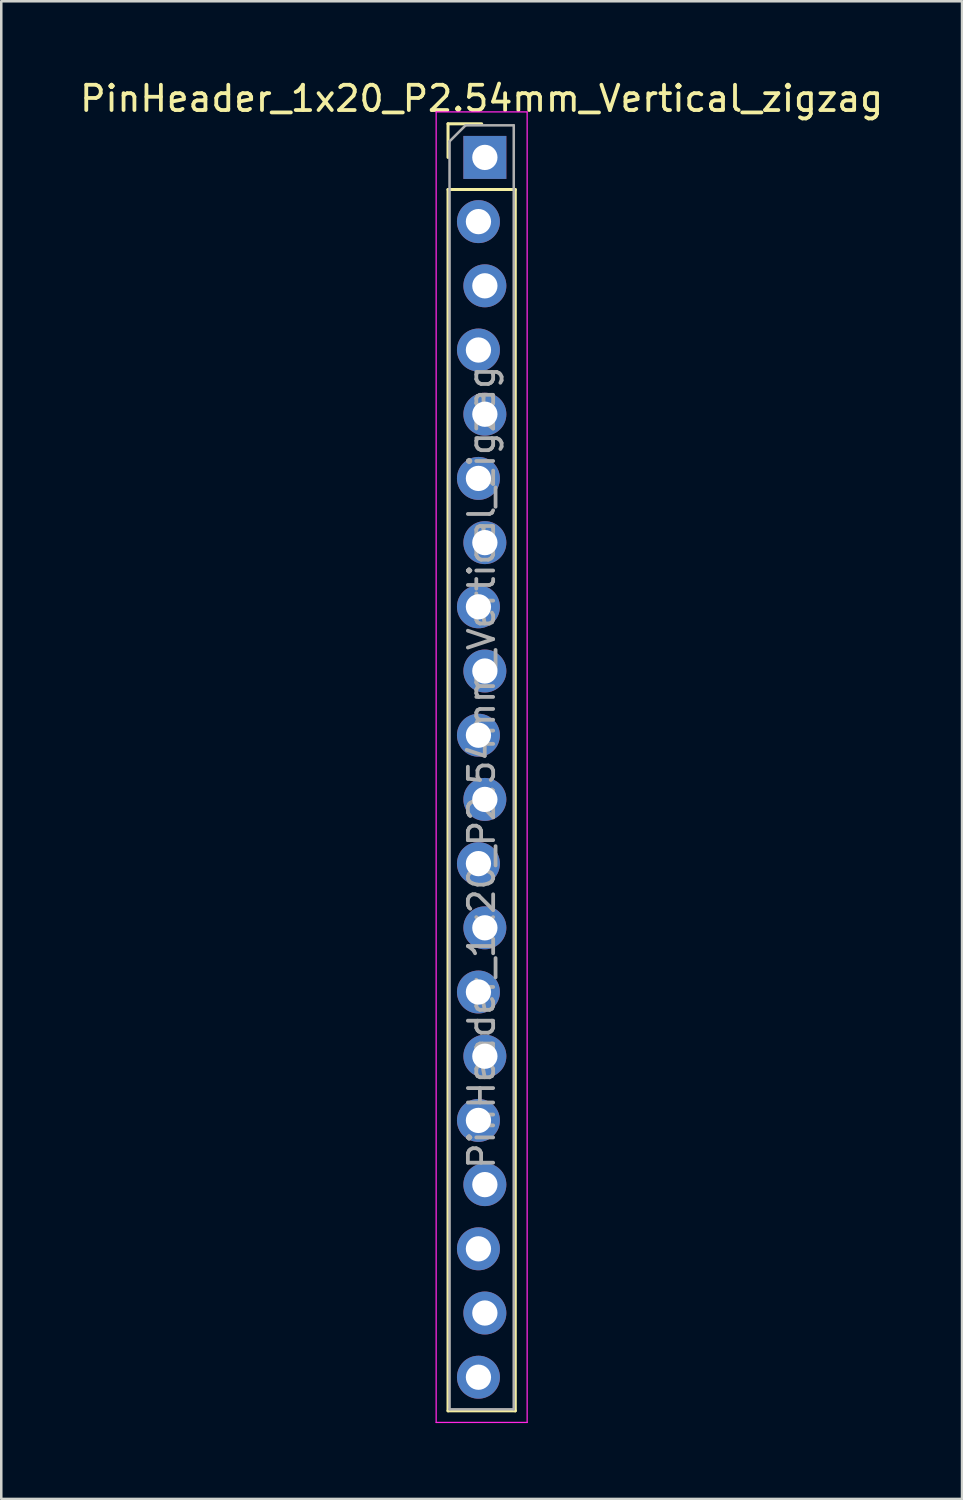
<source format=kicad_pcb>
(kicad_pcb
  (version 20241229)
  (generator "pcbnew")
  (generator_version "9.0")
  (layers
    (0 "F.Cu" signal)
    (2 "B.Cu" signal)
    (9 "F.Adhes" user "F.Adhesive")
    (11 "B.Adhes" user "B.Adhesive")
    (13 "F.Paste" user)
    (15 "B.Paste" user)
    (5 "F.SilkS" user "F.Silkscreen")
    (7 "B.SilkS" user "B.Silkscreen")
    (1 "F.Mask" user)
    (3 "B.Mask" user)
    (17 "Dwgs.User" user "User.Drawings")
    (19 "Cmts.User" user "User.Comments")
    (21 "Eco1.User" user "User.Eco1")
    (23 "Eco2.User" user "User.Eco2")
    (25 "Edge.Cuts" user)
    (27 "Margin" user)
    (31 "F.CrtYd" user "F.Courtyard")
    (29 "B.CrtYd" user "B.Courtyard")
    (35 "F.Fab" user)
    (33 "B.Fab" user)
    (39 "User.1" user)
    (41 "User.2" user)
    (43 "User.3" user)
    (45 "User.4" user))
  (footprint "PinHeader_1x20_P2.54mm_Vertical_zigzag"
    (layer "F.Cu")
    (at 16.006 3.178)
    (property "Reference" "PinHeader_1x20_P2.54mm_Vertical_zigzag" (at 0 -2.33 0) (layer "F.SilkS") (effects (font (size 1 1) (thickness 0.15))))
    (attr through_hole)
    (fp_line (start -1.33 -1.33) (end 0 -1.33) (stroke (width 0.12) (type solid)) (layer "F.SilkS"))
    (fp_line (start -1.33 0) (end -1.33 -1.33) (stroke (width 0.12) (type solid)) (layer "F.SilkS"))
    (fp_line (start -1.33 1.27) (end -1.33 49.59) (stroke (width 0.12) (type solid)) (layer "F.SilkS"))
    (fp_line (start -1.33 1.27) (end 1.33 1.27) (stroke (width 0.12) (type solid)) (layer "F.SilkS"))
    (fp_line (start -1.33 49.59) (end 1.33 49.59) (stroke (width 0.12) (type solid)) (layer "F.SilkS"))
    (fp_line (start 1.33 1.27) (end 1.33 49.59) (stroke (width 0.12) (type solid)) (layer "F.SilkS"))
    (fp_line (start -1.8 -1.8) (end -1.8 50.05) (stroke (width 0.05) (type solid)) (layer "F.CrtYd"))
    (fp_line (start -1.8 50.05) (end 1.8 50.05) (stroke (width 0.05) (type solid)) (layer "F.CrtYd"))
    (fp_line (start 1.8 -1.8) (end -1.8 -1.8) (stroke (width 0.05) (type solid)) (layer "F.CrtYd"))
    (fp_line (start 1.8 50.05) (end 1.8 -1.8) (stroke (width 0.05) (type solid)) (layer "F.CrtYd"))
    (fp_line (start -1.27 -0.635) (end -0.635 -1.27) (stroke (width 0.1) (type solid)) (layer "F.Fab"))
    (fp_line (start -1.27 49.53) (end -1.27 -0.635) (stroke (width 0.1) (type solid)) (layer "F.Fab"))
    (fp_line (start -0.635 -1.27) (end 1.27 -1.27) (stroke (width 0.1) (type solid)) (layer "F.Fab"))
    (fp_line (start 1.27 -1.27) (end 1.27 49.53) (stroke (width 0.1) (type solid)) (layer "F.Fab"))
    (fp_line (start 1.27 49.53) (end -1.27 49.53) (stroke (width 0.1) (type solid)) (layer "F.Fab"))
    (fp_text user "${REFERENCE}" (at 0 24.13 90) (layer "F.Fab") (effects (font (size 1 1) (thickness 0.15))))
    (pad "1" thru_hole rect (at 0.127 0) (size 1.7 1.7) (drill 1) (layers "*.Cu" "*.Mask"))
    (pad "2" thru_hole oval (at -0.127 2.54) (size 1.7 1.7) (drill 1) (layers "*.Cu" "*.Mask"))
    (pad "3" thru_hole oval (at 0.127 5.08) (size 1.7 1.7) (drill 1) (layers "*.Cu" "*.Mask"))
    (pad "4" thru_hole oval (at -0.127 7.62) (size 1.7 1.7) (drill 1) (layers "*.Cu" "*.Mask"))
    (pad "5" thru_hole oval (at 0.127 10.16) (size 1.7 1.7) (drill 1) (layers "*.Cu" "*.Mask"))
    (pad "6" thru_hole oval (at -0.127 12.7) (size 1.7 1.7) (drill 1) (layers "*.Cu" "*.Mask"))
    (pad "7" thru_hole oval (at 0.127 15.24) (size 1.7 1.7) (drill 1) (layers "*.Cu" "*.Mask"))
    (pad "8" thru_hole oval (at -0.127 17.78) (size 1.7 1.7) (drill 1) (layers "*.Cu" "*.Mask"))
    (pad "9" thru_hole oval (at 0.127 20.32) (size 1.7 1.7) (drill 1) (layers "*.Cu" "*.Mask"))
    (pad "10" thru_hole oval (at -0.127 22.86) (size 1.7 1.7) (drill 1) (layers "*.Cu" "*.Mask"))
    (pad "11" thru_hole oval (at 0.127 25.4) (size 1.7 1.7) (drill 1) (layers "*.Cu" "*.Mask"))
    (pad "12" thru_hole oval (at -0.127 27.94) (size 1.7 1.7) (drill 1) (layers "*.Cu" "*.Mask"))
    (pad "13" thru_hole oval (at 0.127 30.48) (size 1.7 1.7) (drill 1) (layers "*.Cu" "*.Mask"))
    (pad "14" thru_hole oval (at -0.127 33.02) (size 1.7 1.7) (drill 1) (layers "*.Cu" "*.Mask"))
    (pad "15" thru_hole oval (at 0.127 35.56) (size 1.7 1.7) (drill 1) (layers "*.Cu" "*.Mask"))
    (pad "16" thru_hole oval (at -0.127 38.1) (size 1.7 1.7) (drill 1) (layers "*.Cu" "*.Mask"))
    (pad "17" thru_hole oval (at 0.127 40.64) (size 1.7 1.7) (drill 1) (layers "*.Cu" "*.Mask"))
    (pad "18" thru_hole oval (at -0.127 43.18) (size 1.7 1.7) (drill 1) (layers "*.Cu" "*.Mask"))
    (pad "19" thru_hole oval (at 0.127 45.72) (size 1.7 1.7) (drill 1) (layers "*.Cu" "*.Mask"))
    (pad "20" thru_hole oval (at -0.127 48.26) (size 1.7 1.7) (drill 1) (layers "*.Cu" "*.Mask")))
  (gr_rect
    (start -3 -3)
    (end 35.012 56.253)
    (stroke (width 0.1) (type default))
    (fill no)
    (layer "Edge.Cuts")))
</source>
